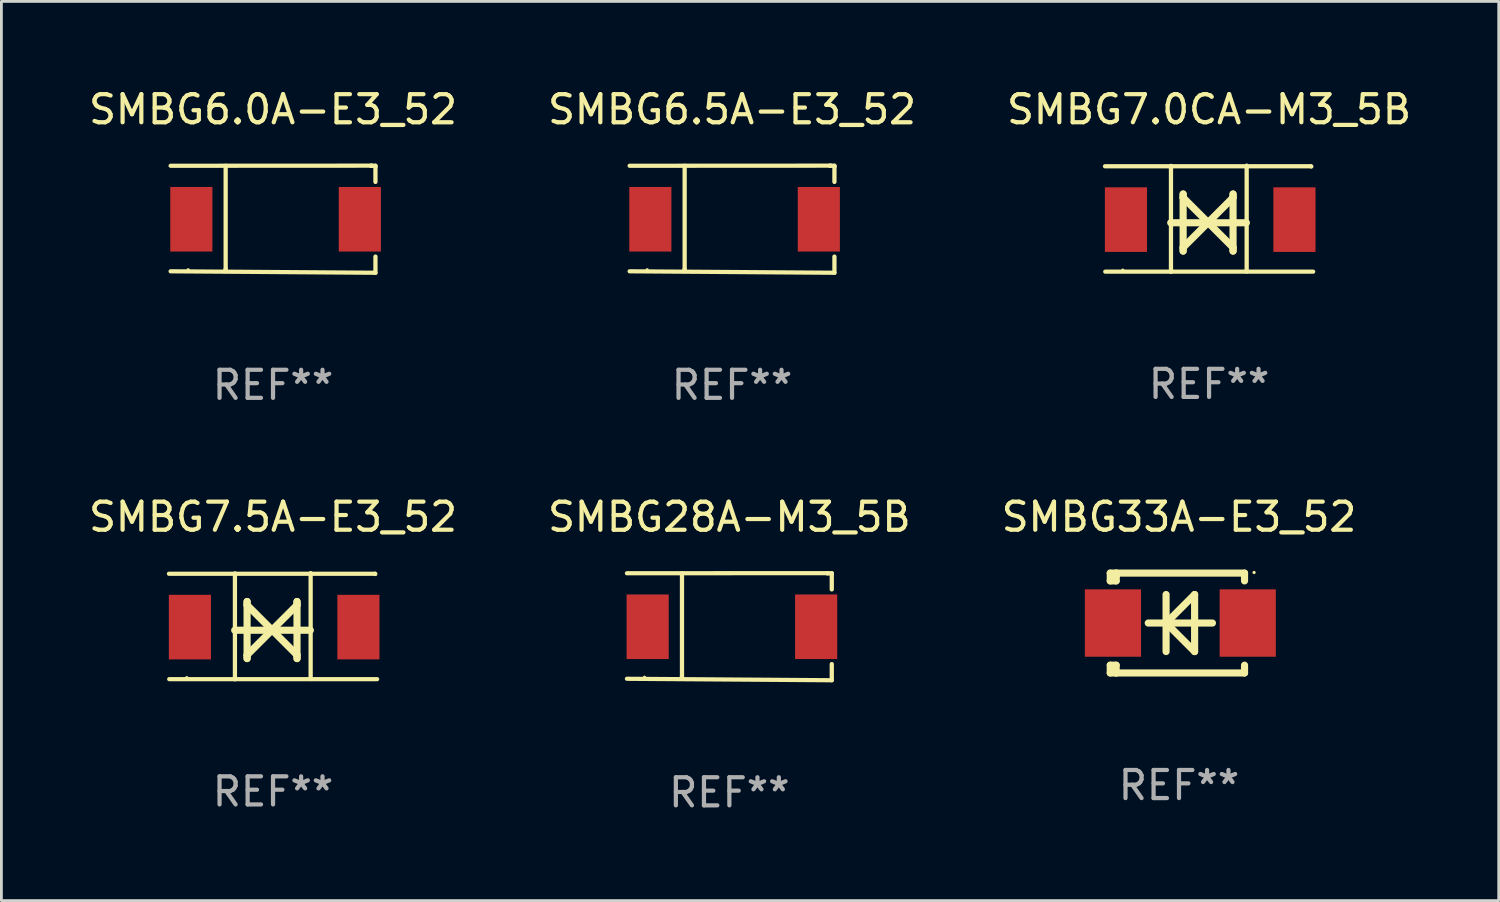
<source format=kicad_pcb>
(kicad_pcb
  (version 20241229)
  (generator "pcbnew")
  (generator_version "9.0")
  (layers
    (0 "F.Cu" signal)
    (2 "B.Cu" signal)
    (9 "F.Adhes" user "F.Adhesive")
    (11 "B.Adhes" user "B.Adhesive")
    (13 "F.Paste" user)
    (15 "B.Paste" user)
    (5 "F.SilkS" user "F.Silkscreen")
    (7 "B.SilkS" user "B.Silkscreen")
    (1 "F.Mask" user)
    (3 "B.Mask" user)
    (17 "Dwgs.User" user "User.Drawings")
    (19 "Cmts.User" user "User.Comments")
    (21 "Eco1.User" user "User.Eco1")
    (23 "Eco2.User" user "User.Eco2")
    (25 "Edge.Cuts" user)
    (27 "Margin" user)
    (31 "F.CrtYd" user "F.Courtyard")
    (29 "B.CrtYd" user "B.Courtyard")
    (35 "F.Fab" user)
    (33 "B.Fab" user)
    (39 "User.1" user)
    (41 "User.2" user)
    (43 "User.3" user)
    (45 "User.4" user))
  (footprint "SMBG6.5A-E3_52"
    (layer "F.Cu")
    (at 23.018 4.756)
    (property "Reference" "SMBG6.5A-E3_52" (at 0 -3.907 0) (layer "F.SilkS") (effects (font (size 1 1) (thickness 0.15))))
    (attr through_hole)
    (fp_line (start -3.647 -1.903) (end 3.529 -1.907) (stroke (width 0.15) (type solid)) (layer "F.SilkS"))
    (fp_line (start -3.647 1.855) (end 3.647 1.907) (stroke (width 0.15) (type solid)) (layer "F.SilkS"))
    (fp_line (start -1.687 -1.903) (end -1.687 1.777) (stroke (width 0.152) (type solid)) (layer "F.SilkS"))
    (fp_line (start -1.687 1.777) (end -1.697 1.851) (stroke (width 0.152) (type solid)) (layer "F.SilkS"))
    (fp_line (start 3.491 -1.903) (end 3.487 -1.907) (stroke (width 0.152) (type solid)) (layer "F.SilkS"))
    (fp_line (start 3.647 -1.903) (end 3.491 -1.903) (stroke (width 0.152) (type solid)) (layer "F.SilkS"))
    (fp_line (start 3.647 -1.863) (end 3.647 -1.903) (stroke (width 0.152) (type solid)) (layer "F.SilkS"))
    (fp_line (start 3.647 -1.328) (end 3.647 -1.863) (stroke (width 0.152) (type solid)) (layer "F.SilkS"))
    (fp_line (start 3.647 1.907) (end 3.647 1.332) (stroke (width 0.152) (type solid)) (layer "F.SilkS"))
    (fp_circle (center -3.022 1.802) (end -2.992 1.802) (stroke (width 0.06) (type solid)) (fill no) (layer "F.SilkS"))
    (fp_text user "REF**" (at 0 5.907 0) (layer "F.Fab") (effects (font (size 1 1) (thickness 0.15))))
    (pad "1" smd rect (at -2.909 0.002) (size 1.5 2.3) (layers "F.Cu" "F.Mask" "F.Paste"))
    (pad "2" smd rect (at 3.091 0.002) (size 1.5 2.3) (layers "F.Cu" "F.Mask" "F.Paste")))
  (footprint "SMBG33A-E3_52"
    (layer "F.Cu")
    (at 38.935 19.137)
    (property "Reference" "SMBG33A-E3_52" (at 0 -3.778 0) (layer "F.SilkS") (effects (font (size 1 1) (thickness 0.15))))
    (attr through_hole)
    (fp_line (start -2.448 1.501) (end -2.448 1.778) (stroke (width 0.254) (type solid)) (layer "F.SilkS"))
    (fp_line (start -2.448 1.778) (end -2.237 1.778) (stroke (width 0.254) (type solid)) (layer "F.SilkS"))
    (fp_line (start -2.448 -1.778) (end -2.448 -1.501) (stroke (width 0.254) (type solid)) (layer "F.SilkS"))
    (fp_line (start -2.448 -1.501) (end -2.238 -1.501) (stroke (width 0.254) (type solid)) (layer "F.SilkS"))
    (fp_line (start -2.448 1.501) (end -2.238 1.501) (stroke (width 0.254) (type solid)) (layer "F.SilkS"))
    (fp_line (start -2.238 -1.778) (end -2.448 -1.778) (stroke (width 0.254) (type solid)) (layer "F.SilkS"))
    (fp_line (start -2.238 -1.778) (end 2.334 -1.778) (stroke (width 0.254) (type solid)) (layer "F.SilkS"))
    (fp_line (start -2.238 -1.651) (end -2.238 -1.778) (stroke (width 0.254) (type solid)) (layer "F.SilkS"))
    (fp_line (start -2.238 -1.501) (end -2.238 -1.651) (stroke (width 0.254) (type solid)) (layer "F.SilkS"))
    (fp_line (start -2.238 1.778) (end -2.238 1.501) (stroke (width 0.254) (type solid)) (layer "F.SilkS"))
    (fp_line (start -1.095 0) (end 1.191 0) (stroke (width 0.254) (type solid)) (layer "F.SilkS"))
    (fp_line (start -0.46 -1.016) (end -0.46 1.016) (stroke (width 0.254) (type solid)) (layer "F.SilkS"))
    (fp_line (start -0.459 -0.000178) (end 0.557 1.016) (stroke (width 0.254) (type solid)) (layer "F.SilkS"))
    (fp_line (start 0.556 -1.016) (end 0.556 1.016) (stroke (width 0.254) (type solid)) (layer "F.SilkS"))
    (fp_line (start 0.557 -1.016) (end -0.459 -0.000178) (stroke (width 0.254) (type solid)) (layer "F.SilkS"))
    (fp_line (start 2.334 -1.778) (end 2.334 -1.501) (stroke (width 0.254) (type solid)) (layer "F.SilkS"))
    (fp_line (start 2.334 1.501) (end 2.334 1.778) (stroke (width 0.254) (type solid)) (layer "F.SilkS"))
    (fp_line (start 2.334 1.778) (end -2.238 1.778) (stroke (width 0.254) (type solid)) (layer "F.SilkS"))
    (fp_circle (center 2.674 -1.8) (end 2.704 -1.8) (stroke (width 0.06) (type solid)) (fill no) (layer "F.SilkS"))
    (fp_text user "REF**" (at 0 5.778 0) (layer "F.Fab") (effects (font (size 1 1) (thickness 0.15))))
    (pad "1" smd rect (at 2.448 -0.000025) (size 2 2.4) (layers "F.Cu" "F.Mask" "F.Paste"))
    (pad "2" smd rect (at -2.352 -0.000025) (size 2 2.4) (layers "F.Cu" "F.Mask" "F.Paste")))
  (footprint "SMBG7.0CA-M3_5B"
    (layer "F.Cu")
    (at 40.006 4.739)
    (property "Reference" "SMBG7.0CA-M3_5B" (at 0 -3.891 0) (layer "F.SilkS") (effects (font (size 1 1) (thickness 0.15))))
    (attr through_hole)
    (fp_line (start -3.707 -1.868) (end 3.631 -1.868) (stroke (width 0.15) (type solid)) (layer "F.SilkS"))
    (fp_line (start -3.697 1.885) (end 3.707 1.885) (stroke (width 0.15) (type solid)) (layer "F.SilkS"))
    (fp_line (start -1.366 0.144) (end 1.329 0.144) (stroke (width 0.254) (type solid)) (layer "F.SilkS"))
    (fp_line (start -1.357 1.891) (end -1.357 -1.881) (stroke (width 0.152) (type solid)) (layer "F.SilkS"))
    (fp_line (start -0.924 -0.88) (end -0.924 1.152) (stroke (width 0.254) (type solid)) (layer "F.SilkS"))
    (fp_line (start -0.924 -0.753) (end -0.924 -0.88) (stroke (width 0.254) (type solid)) (layer "F.SilkS"))
    (fp_line (start -0.924 1.025) (end -0.035 0.136) (stroke (width 0.254) (type solid)) (layer "F.SilkS"))
    (fp_line (start -0.924 1.152) (end -0.924 1.025) (stroke (width 0.254) (type solid)) (layer "F.SilkS"))
    (fp_line (start -0.035 0.136) (end -0.924 -0.753) (stroke (width 0.254) (type solid)) (layer "F.SilkS"))
    (fp_line (start -0.035 0.136) (end 0.854 1.025) (stroke (width 0.254) (type solid)) (layer "F.SilkS"))
    (fp_line (start 0.854 -0.88) (end 0.854 -0.753) (stroke (width 0.254) (type solid)) (layer "F.SilkS"))
    (fp_line (start 0.854 -0.753) (end -0.035 0.136) (stroke (width 0.254) (type solid)) (layer "F.SilkS"))
    (fp_line (start 0.854 1.025) (end 0.854 1.152) (stroke (width 0.254) (type solid)) (layer "F.SilkS"))
    (fp_line (start 0.854 1.152) (end 0.854 -0.88) (stroke (width 0.254) (type solid)) (layer "F.SilkS"))
    (fp_line (start 1.339 1.881) (end 1.339 -1.891) (stroke (width 0.152) (type solid)) (layer "F.SilkS"))
    (fp_line (start 3.631 -1.868) (end 3.641 -1.859) (stroke (width 0.15) (type solid)) (layer "F.SilkS"))
    (fp_circle (center -3.072 1.832) (end -3.042 1.832) (stroke (width 0.06) (type solid)) (fill no) (layer "F.SilkS"))
    (fp_text user "REF**" (at 0 5.891 0) (layer "F.Fab") (effects (font (size 1 1) (thickness 0.15))))
    (pad "1" smd rect (at -2.96 0.032) (size 1.5 2.3) (layers "F.Cu" "F.Mask" "F.Paste"))
    (pad "2" smd rect (at 3.04 0.032) (size 1.5 2.3) (layers "F.Cu" "F.Mask" "F.Paste")))
  (footprint "SMBG28A-M3_5B"
    (layer "F.Cu")
    (at 22.923 19.267)
    (property "Reference" "SMBG28A-M3_5B" (at 0 -3.907 0) (layer "F.SilkS") (effects (font (size 1 1) (thickness 0.15))))
    (attr through_hole)
    (fp_line (start -3.647 -1.903) (end 3.529 -1.907) (stroke (width 0.15) (type solid)) (layer "F.SilkS"))
    (fp_line (start -3.647 1.855) (end 3.647 1.907) (stroke (width 0.15) (type solid)) (layer "F.SilkS"))
    (fp_line (start -1.687 -1.903) (end -1.687 1.777) (stroke (width 0.152) (type solid)) (layer "F.SilkS"))
    (fp_line (start -1.687 1.777) (end -1.697 1.851) (stroke (width 0.152) (type solid)) (layer "F.SilkS"))
    (fp_line (start 3.491 -1.903) (end 3.487 -1.907) (stroke (width 0.152) (type solid)) (layer "F.SilkS"))
    (fp_line (start 3.647 -1.903) (end 3.491 -1.903) (stroke (width 0.152) (type solid)) (layer "F.SilkS"))
    (fp_line (start 3.647 -1.863) (end 3.647 -1.903) (stroke (width 0.152) (type solid)) (layer "F.SilkS"))
    (fp_line (start 3.647 -1.328) (end 3.647 -1.863) (stroke (width 0.152) (type solid)) (layer "F.SilkS"))
    (fp_line (start 3.647 1.907) (end 3.647 1.332) (stroke (width 0.152) (type solid)) (layer "F.SilkS"))
    (fp_circle (center -3.022 1.802) (end -2.992 1.802) (stroke (width 0.06) (type solid)) (fill no) (layer "F.SilkS"))
    (fp_text user "REF**" (at 0 5.907 0) (layer "F.Fab") (effects (font (size 1 1) (thickness 0.15))))
    (pad "1" smd rect (at -2.909 0.002) (size 1.5 2.3) (layers "F.Cu" "F.Mask" "F.Paste"))
    (pad "2" smd rect (at 3.091 0.002) (size 1.5 2.3) (layers "F.Cu" "F.Mask" "F.Paste")))
  (footprint "SMBG6.0A-E3_52"
    (layer "F.Cu")
    (at 6.673 4.756)
    (property "Reference" "SMBG6.0A-E3_52" (at 0 -3.907 0) (layer "F.SilkS") (effects (font (size 1 1) (thickness 0.15))))
    (attr through_hole)
    (fp_line (start -3.647 -1.903) (end 3.529 -1.907) (stroke (width 0.15) (type solid)) (layer "F.SilkS"))
    (fp_line (start -3.647 1.855) (end 3.647 1.907) (stroke (width 0.15) (type solid)) (layer "F.SilkS"))
    (fp_line (start -1.687 -1.903) (end -1.687 1.777) (stroke (width 0.152) (type solid)) (layer "F.SilkS"))
    (fp_line (start -1.687 1.777) (end -1.697 1.851) (stroke (width 0.152) (type solid)) (layer "F.SilkS"))
    (fp_line (start 3.491 -1.903) (end 3.487 -1.907) (stroke (width 0.152) (type solid)) (layer "F.SilkS"))
    (fp_line (start 3.647 -1.903) (end 3.491 -1.903) (stroke (width 0.152) (type solid)) (layer "F.SilkS"))
    (fp_line (start 3.647 -1.863) (end 3.647 -1.903) (stroke (width 0.152) (type solid)) (layer "F.SilkS"))
    (fp_line (start 3.647 -1.328) (end 3.647 -1.863) (stroke (width 0.152) (type solid)) (layer "F.SilkS"))
    (fp_line (start 3.647 1.907) (end 3.647 1.332) (stroke (width 0.152) (type solid)) (layer "F.SilkS"))
    (fp_circle (center -3.022 1.802) (end -2.992 1.802) (stroke (width 0.06) (type solid)) (fill no) (layer "F.SilkS"))
    (fp_text user "REF**" (at 0 5.907 0) (layer "F.Fab") (effects (font (size 1 1) (thickness 0.15))))
    (pad "1" smd rect (at -2.909 0.002) (size 1.5 2.3) (layers "F.Cu" "F.Mask" "F.Paste"))
    (pad "2" smd rect (at 3.091 0.002) (size 1.5 2.3) (layers "F.Cu" "F.Mask" "F.Paste")))
  (footprint "SMBG7.5A-E3_52"
    (layer "F.Cu")
    (at 6.673 19.25)
    (property "Reference" "SMBG7.5A-E3_52" (at 0 -3.891 0) (layer "F.SilkS") (effects (font (size 1 1) (thickness 0.15))))
    (attr through_hole)
    (fp_line (start -3.707 -1.868) (end 3.631 -1.868) (stroke (width 0.15) (type solid)) (layer "F.SilkS"))
    (fp_line (start -3.697 1.885) (end 3.707 1.885) (stroke (width 0.15) (type solid)) (layer "F.SilkS"))
    (fp_line (start -1.366 0.144) (end 1.329 0.144) (stroke (width 0.254) (type solid)) (layer "F.SilkS"))
    (fp_line (start -1.357 1.891) (end -1.357 -1.881) (stroke (width 0.152) (type solid)) (layer "F.SilkS"))
    (fp_line (start -0.924 -0.88) (end -0.924 1.152) (stroke (width 0.254) (type solid)) (layer "F.SilkS"))
    (fp_line (start -0.924 -0.753) (end -0.924 -0.88) (stroke (width 0.254) (type solid)) (layer "F.SilkS"))
    (fp_line (start -0.924 1.025) (end -0.035 0.136) (stroke (width 0.254) (type solid)) (layer "F.SilkS"))
    (fp_line (start -0.924 1.152) (end -0.924 1.025) (stroke (width 0.254) (type solid)) (layer "F.SilkS"))
    (fp_line (start -0.035 0.136) (end -0.924 -0.753) (stroke (width 0.254) (type solid)) (layer "F.SilkS"))
    (fp_line (start -0.035 0.136) (end 0.854 1.025) (stroke (width 0.254) (type solid)) (layer "F.SilkS"))
    (fp_line (start 0.854 -0.88) (end 0.854 -0.753) (stroke (width 0.254) (type solid)) (layer "F.SilkS"))
    (fp_line (start 0.854 -0.753) (end -0.035 0.136) (stroke (width 0.254) (type solid)) (layer "F.SilkS"))
    (fp_line (start 0.854 1.025) (end 0.854 1.152) (stroke (width 0.254) (type solid)) (layer "F.SilkS"))
    (fp_line (start 0.854 1.152) (end 0.854 -0.88) (stroke (width 0.254) (type solid)) (layer "F.SilkS"))
    (fp_line (start 1.339 1.881) (end 1.339 -1.891) (stroke (width 0.152) (type solid)) (layer "F.SilkS"))
    (fp_line (start 3.631 -1.868) (end 3.641 -1.859) (stroke (width 0.15) (type solid)) (layer "F.SilkS"))
    (fp_circle (center -3.072 1.832) (end -3.042 1.832) (stroke (width 0.06) (type solid)) (fill no) (layer "F.SilkS"))
    (fp_text user "REF**" (at 0 5.891 0) (layer "F.Fab") (effects (font (size 1 1) (thickness 0.15))))
    (pad "1" smd rect (at -2.96 0.032) (size 1.5 2.3) (layers "F.Cu" "F.Mask" "F.Paste"))
    (pad "2" smd rect (at 3.04 0.032) (size 1.5 2.3) (layers "F.Cu" "F.Mask" "F.Paste")))
  (gr_rect
    (start -3 -3)
    (end 50.321 29.022)
    (stroke (width 0.1) (type default))
    (fill no)
    (layer "Edge.Cuts")))
</source>
